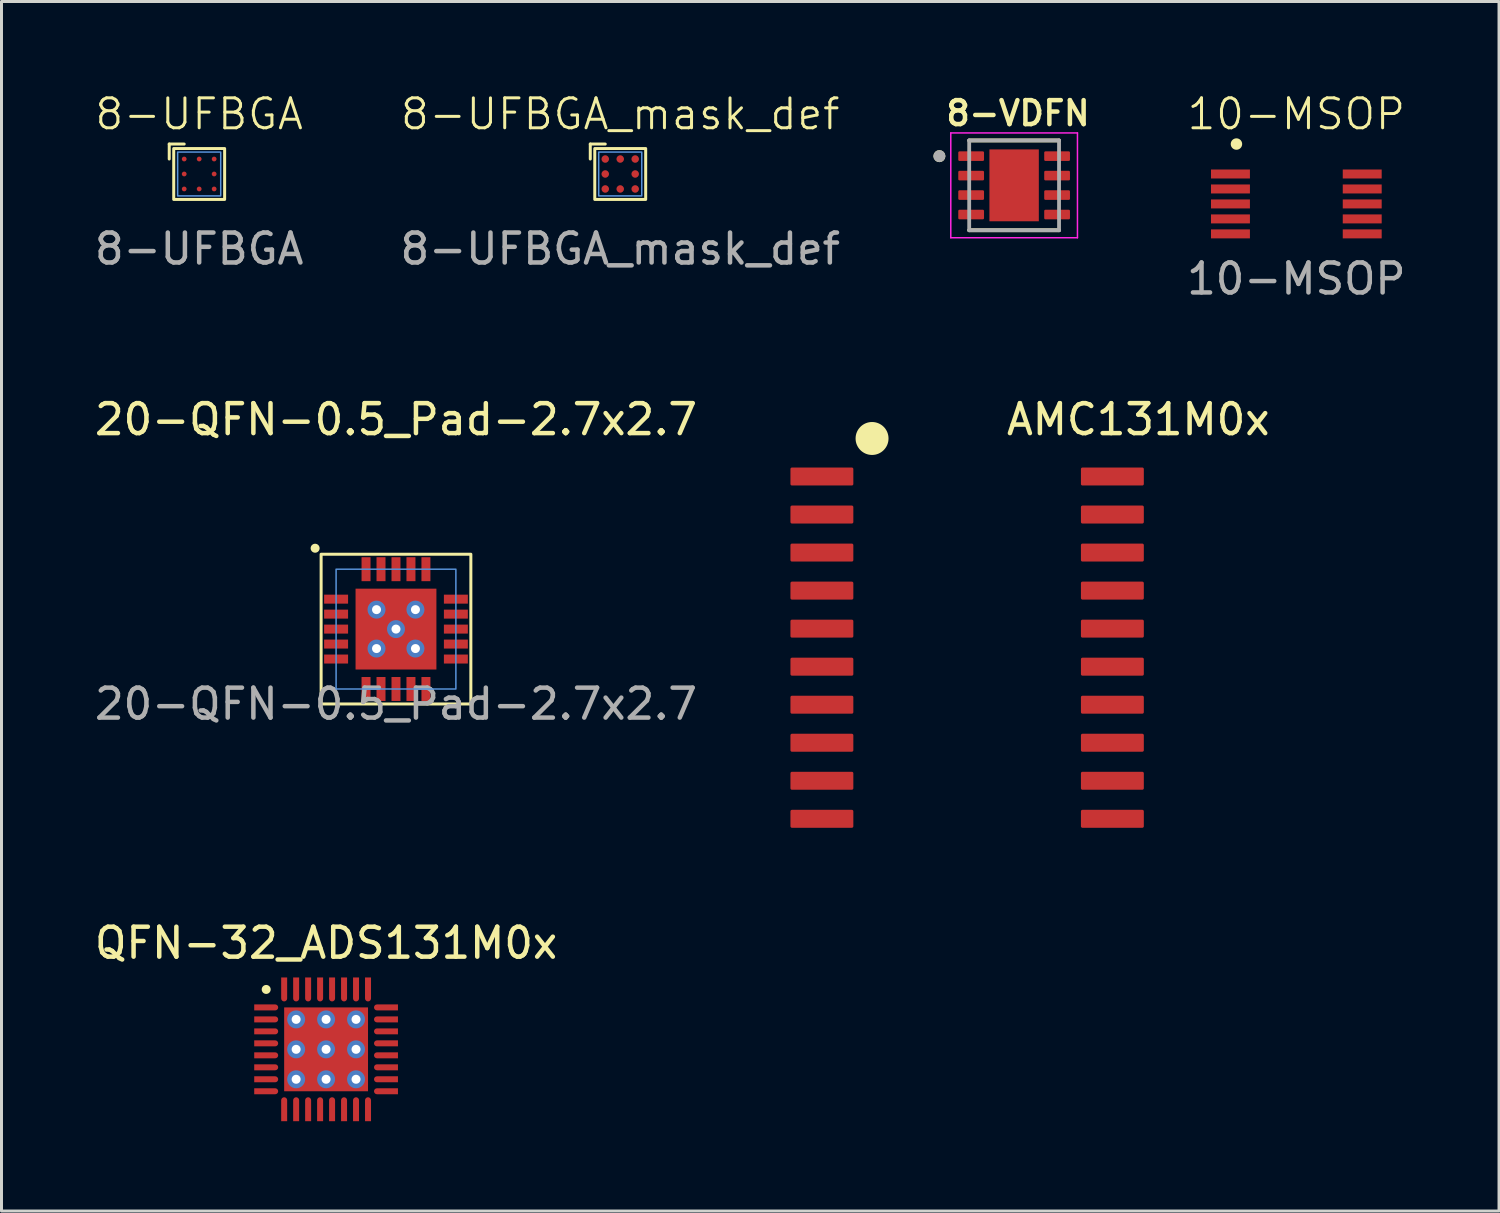
<source format=kicad_pcb>
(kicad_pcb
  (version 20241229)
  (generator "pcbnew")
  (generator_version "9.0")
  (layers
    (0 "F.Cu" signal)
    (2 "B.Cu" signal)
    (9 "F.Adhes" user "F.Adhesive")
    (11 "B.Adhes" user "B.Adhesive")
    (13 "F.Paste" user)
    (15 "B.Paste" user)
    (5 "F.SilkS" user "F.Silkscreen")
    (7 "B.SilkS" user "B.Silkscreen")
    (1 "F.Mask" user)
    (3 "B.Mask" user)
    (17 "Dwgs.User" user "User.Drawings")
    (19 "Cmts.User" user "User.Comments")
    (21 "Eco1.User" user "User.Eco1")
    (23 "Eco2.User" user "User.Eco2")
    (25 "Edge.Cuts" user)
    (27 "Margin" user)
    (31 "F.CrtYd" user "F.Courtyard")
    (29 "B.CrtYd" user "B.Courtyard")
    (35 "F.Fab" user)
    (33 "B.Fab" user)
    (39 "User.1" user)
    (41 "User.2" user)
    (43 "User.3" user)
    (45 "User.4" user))
  (footprint "8-UFBGA"
    (layer "F.Cu")
    (at 3.601 2.76)
    (property "Reference" "8-UFBGA" (at 0 -2 0) (unlocked yes) (layer "F.SilkS") (effects (font (size 1 1) (thickness 0.1))))
    (attr smd)
    (fp_line (start -1 -1) (end -1 -0.5) (stroke (width 0.1) (type default)) (layer "F.SilkS"))
    (fp_line (start -0.5 -1) (end -1 -1) (stroke (width 0.1) (type default)) (layer "F.SilkS"))
    (fp_rect (start -0.85 -0.85) (end 0.85 0.85) (stroke (width 0.1) (type default)) (fill no) (layer "F.SilkS"))
    (fp_rect (start -0.719 -0.732) (end 0.719 0.732) (stroke (width 0.05) (type solid)) (fill no) (layer "Cmts.User"))
    (fp_text user "${REFERENCE}" (at 0 2.5 0) (unlocked yes) (layer "F.Fab") (effects (font (size 1 1) (thickness 0.15))))
    (pad "A1" smd circle (at -0.5 -0.5) (size 0.16 0.16) (layers "F.Cu" "F.Mask" "F.Paste"))
    (pad "A2" smd circle (at 0 -0.5) (size 0.16 0.16) (layers "F.Cu" "F.Mask" "F.Paste"))
    (pad "A3" smd circle (at 0.5 -0.5) (size 0.16 0.16) (layers "F.Cu" "F.Mask" "F.Paste"))
    (pad "B1" smd circle (at -0.5 0) (size 0.16 0.16) (layers "F.Cu" "F.Mask" "F.Paste"))
    (pad "B3" smd circle (at 0.5 0) (size 0.16 0.16) (layers "F.Cu" "F.Mask" "F.Paste"))
    (pad "C1" smd circle (at -0.5 0.5) (size 0.16 0.16) (layers "F.Cu" "F.Mask" "F.Paste"))
    (pad "C2" smd circle (at 0 0.5) (size 0.16 0.16) (layers "F.Cu" "F.Mask" "F.Paste"))
    (pad "C3" smd circle (at 0.5 0.5) (size 0.16 0.16) (layers "F.Cu" "F.Mask" "F.Paste")))
  (footprint "20-QFN-0.5_Pad-2.7x2.7"
    (layer "F.Cu")
    (at 10.173 17.957)
    (property "Reference" "20-QFN-0.5_Pad-2.7x2.7" (at 0 -7 0) (unlocked yes) (layer "F.SilkS") (effects (font (size 1 1) (thickness 0.15))))
    (attr smd)
    (fp_rect (start -2.5 -2.5) (end 2.5 2.5) (stroke (width 0.1) (type default)) (fill no) (layer "F.SilkS"))
    (fp_circle (center -2.7 -2.7) (end -2.6 -2.7) (stroke (width 0.1) (type solid)) (fill yes) (layer "F.SilkS"))
    (fp_rect (start -1.25 0.1) (end -0.15 1.2) (stroke (width 0) (type solid)) (fill yes) (layer "F.Paste"))
    (fp_rect (start -0.15 -0.1) (end -1.25 -1.2) (stroke (width 0) (type solid)) (fill yes) (layer "F.Paste"))
    (fp_rect (start 1.2 1.2) (end 0.1 0.1) (stroke (width 0) (type solid)) (fill yes) (layer "F.Paste"))
    (fp_rect (start 1.25 -0.1) (end 0.15 -1.2) (stroke (width 0) (type solid)) (fill yes) (layer "F.Paste"))
    (fp_rect (start -2 -2) (end 2 2) (stroke (width 0.05) (type default)) (fill no) (layer "Cmts.User"))
    (fp_text user "${REFERENCE}" (at 0 2.5 0) (unlocked yes) (layer "F.Fab") (effects (font (size 1 1) (thickness 0.15))))
    (pad "1" smd rect (at -2 -1) (size 0.8 0.3) (layers "F.Cu" "F.Mask" "F.Paste"))
    (pad "2" smd rect (at -2 -0.5) (size 0.8 0.3) (layers "F.Cu" "F.Mask" "F.Paste"))
    (pad "3" smd rect (at -2 0) (size 0.8 0.3) (layers "F.Cu" "F.Mask" "F.Paste"))
    (pad "4" smd rect (at -2 0.5) (size 0.8 0.3) (layers "F.Cu" "F.Mask" "F.Paste"))
    (pad "5" smd rect (at -2 1) (size 0.8 0.3) (layers "F.Cu" "F.Mask" "F.Paste"))
    (pad "6" smd rect (at -1 2 90) (size 0.8 0.3) (layers "F.Cu" "F.Mask" "F.Paste"))
    (pad "7" smd rect (at -0.5 2 90) (size 0.8 0.3) (layers "F.Cu" "F.Mask" "F.Paste"))
    (pad "8" smd rect (at 0 2 90) (size 0.8 0.3) (layers "F.Cu" "F.Mask" "F.Paste"))
    (pad "9" smd rect (at 0.5 2 90) (size 0.8 0.3) (layers "F.Cu" "F.Mask" "F.Paste"))
    (pad "10" smd rect (at 1 2 90) (size 0.8 0.3) (layers "F.Cu" "F.Mask" "F.Paste"))
    (pad "11" smd rect (at 2 1 180) (size 0.8 0.3) (layers "F.Cu" "F.Mask" "F.Paste"))
    (pad "12" smd rect (at 2 0.5 180) (size 0.8 0.3) (layers "F.Cu" "F.Mask" "F.Paste"))
    (pad "13" smd rect (at 2 0 180) (size 0.8 0.3) (layers "F.Cu" "F.Mask" "F.Paste"))
    (pad "14" smd rect (at 2 -0.5 180) (size 0.8 0.3) (layers "F.Cu" "F.Mask" "F.Paste"))
    (pad "15" smd rect (at 2 -1 180) (size 0.8 0.3) (layers "F.Cu" "F.Mask" "F.Paste"))
    (pad "16" smd rect (at 1 -2 270) (size 0.8 0.3) (layers "F.Cu" "F.Mask" "F.Paste"))
    (pad "17" smd rect (at 0.5 -2 270) (size 0.8 0.3) (layers "F.Cu" "F.Mask" "F.Paste"))
    (pad "18" smd rect (at 0 -2 270) (size 0.8 0.3) (layers "F.Cu" "F.Mask" "F.Paste"))
    (pad "19" smd rect (at -0.5 -2 270) (size 0.8 0.3) (layers "F.Cu" "F.Mask" "F.Paste"))
    (pad "20" smd rect (at -1 -2 270) (size 0.8 0.3) (layers "F.Cu" "F.Mask" "F.Paste"))
    (pad "PAD" thru_hole circle (at -0.65 -0.65) (size 0.6 0.6) (drill 0.3) (layers "*.Cu" "F.Mask"))
    (pad "PAD" thru_hole circle (at -0.65 0.65) (size 0.6 0.6) (drill 0.3) (layers "*.Cu" "F.Mask"))
    (pad "PAD" thru_hole circle (at 0 0) (size 0.6 0.6) (drill 0.3) (layers "*.Cu" "F.Mask"))
    (pad "PAD" smd rect (at 0 0) (size 2.7 2.7) (layers "F.Cu" "F.Mask"))
    (pad "PAD" thru_hole circle (at 0.65 -0.65) (size 0.6 0.6) (drill 0.3) (layers "*.Cu" "F.Mask"))
    (pad "PAD" thru_hole circle (at 0.65 0.65) (size 0.6 0.6) (drill 0.3) (layers "*.Cu" "F.Mask")))
  (footprint "QFN-32_ADS131M0x"
    (layer "F.Cu")
    (at 7.839 31.99)
    (property "Reference" "QFN-32_ADS131M0x" (at 0 -3.55 0) (unlocked yes) (layer "F.SilkS") (effects (font (size 1 1) (thickness 0.15))))
    (attr smd)
    (fp_circle (center -2 -2) (end -1.9 -2) (stroke (width 0.1) (type solid)) (fill yes) (layer "F.SilkS"))
    (fp_rect (start -1.4 -1.4) (end -0.2 -0.2) (stroke (width 0) (type solid)) (fill yes) (layer "F.Paste"))
    (fp_rect (start -1.4 1.4) (end -0.2 0.2) (stroke (width 0) (type solid)) (fill yes) (layer "F.Paste"))
    (fp_rect (start 1.4 -1.4) (end 0.2 -0.2) (stroke (width 0) (type solid)) (fill yes) (layer "F.Paste"))
    (fp_rect (start 1.4 1.4) (end 0.2 0.2) (stroke (width 0) (type solid)) (fill yes) (layer "F.Paste"))
    (pad "1" smd roundrect (at -2 -1.4) (size 0.8 0.2) (layers "F.Cu" "F.Mask" "F.Paste") (roundrect_rratio 0.5) (chamfer_ratio 0) (chamfer top_left bottom_left))
    (pad "2" smd roundrect (at -2 -1) (size 0.8 0.2) (layers "F.Cu" "F.Mask" "F.Paste") (roundrect_rratio 0.5) (chamfer_ratio 0) (chamfer top_left bottom_left))
    (pad "3" smd roundrect (at -2 -0.6) (size 0.8 0.2) (layers "F.Cu" "F.Mask" "F.Paste") (roundrect_rratio 0.5) (chamfer_ratio 0) (chamfer top_left bottom_left))
    (pad "4" smd roundrect (at -2 -0.2) (size 0.8 0.2) (layers "F.Cu" "F.Mask" "F.Paste") (roundrect_rratio 0.5) (chamfer_ratio 0) (chamfer top_left bottom_left))
    (pad "5" smd roundrect (at -2 0.2) (size 0.8 0.2) (layers "F.Cu" "F.Mask" "F.Paste") (roundrect_rratio 0.5) (chamfer_ratio 0) (chamfer top_left bottom_left))
    (pad "6" smd roundrect (at -2 0.6) (size 0.8 0.2) (layers "F.Cu" "F.Mask" "F.Paste") (roundrect_rratio 0.5) (chamfer_ratio 0) (chamfer top_left bottom_left))
    (pad "7" smd roundrect (at -2 1) (size 0.8 0.2) (layers "F.Cu" "F.Mask" "F.Paste") (roundrect_rratio 0.5) (chamfer_ratio 0) (chamfer top_left bottom_left))
    (pad "8" smd roundrect (at -2 1.4) (size 0.8 0.2) (layers "F.Cu" "F.Mask" "F.Paste") (roundrect_rratio 0.5) (chamfer_ratio 0) (chamfer top_left bottom_left))
    (pad "9" smd roundrect (at -1.4 2 90) (size 0.8 0.2) (layers "F.Cu" "F.Mask" "F.Paste") (roundrect_rratio 0.5) (chamfer_ratio 0) (chamfer top_left bottom_left))
    (pad "10" smd roundrect (at -1 2 90) (size 0.8 0.2) (layers "F.Cu" "F.Mask" "F.Paste") (roundrect_rratio 0.5) (chamfer_ratio 0) (chamfer top_left bottom_left))
    (pad "11" smd roundrect (at -0.6 2 90) (size 0.8 0.2) (layers "F.Cu" "F.Mask" "F.Paste") (roundrect_rratio 0.5) (chamfer_ratio 0) (chamfer top_left bottom_left))
    (pad "12" smd roundrect (at -0.2 2 90) (size 0.8 0.2) (layers "F.Cu" "F.Mask" "F.Paste") (roundrect_rratio 0.5) (chamfer_ratio 0) (chamfer top_left bottom_left))
    (pad "13" smd roundrect (at 0.2 2 90) (size 0.8 0.2) (layers "F.Cu" "F.Mask" "F.Paste") (roundrect_rratio 0.5) (chamfer_ratio 0) (chamfer top_left bottom_left))
    (pad "14" smd roundrect (at 0.6 2 90) (size 0.8 0.2) (layers "F.Cu" "F.Mask" "F.Paste") (roundrect_rratio 0.5) (chamfer_ratio 0) (chamfer top_left bottom_left))
    (pad "15" smd roundrect (at 1 2 90) (size 0.8 0.2) (layers "F.Cu" "F.Mask" "F.Paste") (roundrect_rratio 0.5) (chamfer_ratio 0) (chamfer top_left bottom_left))
    (pad "16" smd roundrect (at 1.4 2 90) (size 0.8 0.2) (layers "F.Cu" "F.Mask" "F.Paste") (roundrect_rratio 0.5) (chamfer_ratio 0) (chamfer top_left bottom_left))
    (pad "17" smd roundrect (at 2 1.4 180) (size 0.8 0.2) (layers "F.Cu" "F.Mask" "F.Paste") (roundrect_rratio 0.5) (chamfer_ratio 0) (chamfer top_left bottom_left))
    (pad "18" smd roundrect (at 2 1 180) (size 0.8 0.2) (layers "F.Cu" "F.Mask" "F.Paste") (roundrect_rratio 0.5) (chamfer_ratio 0) (chamfer top_left bottom_left))
    (pad "19" smd roundrect (at 2 0.6 180) (size 0.8 0.2) (layers "F.Cu" "F.Mask" "F.Paste") (roundrect_rratio 0.5) (chamfer_ratio 0) (chamfer top_left bottom_left))
    (pad "20" smd roundrect (at 2 0.2 180) (size 0.8 0.2) (layers "F.Cu" "F.Mask" "F.Paste") (roundrect_rratio 0.5) (chamfer_ratio 0) (chamfer top_left bottom_left))
    (pad "21" smd roundrect (at 2 -0.2 180) (size 0.8 0.2) (layers "F.Cu" "F.Mask" "F.Paste") (roundrect_rratio 0.5) (chamfer_ratio 0) (chamfer top_left bottom_left))
    (pad "22" smd roundrect (at 2 -0.6 180) (size 0.8 0.2) (layers "F.Cu" "F.Mask" "F.Paste") (roundrect_rratio 0.5) (chamfer_ratio 0) (chamfer top_left bottom_left))
    (pad "23" smd roundrect (at 2 -1 180) (size 0.8 0.2) (layers "F.Cu" "F.Mask" "F.Paste") (roundrect_rratio 0.5) (chamfer_ratio 0) (chamfer top_left bottom_left))
    (pad "24" smd roundrect (at 2 -1.4 180) (size 0.8 0.2) (layers "F.Cu" "F.Mask" "F.Paste") (roundrect_rratio 0.5) (chamfer_ratio 0) (chamfer top_left bottom_left))
    (pad "25" smd roundrect (at 1.4 -2 270) (size 0.8 0.2) (layers "F.Cu" "F.Mask" "F.Paste") (roundrect_rratio 0.5) (chamfer_ratio 0) (chamfer top_left bottom_left))
    (pad "26" smd roundrect (at 1 -2 270) (size 0.8 0.2) (layers "F.Cu" "F.Mask" "F.Paste") (roundrect_rratio 0.5) (chamfer_ratio 0) (chamfer top_left bottom_left))
    (pad "27" smd roundrect (at 0.6 -2 270) (size 0.8 0.2) (layers "F.Cu" "F.Mask" "F.Paste") (roundrect_rratio 0.5) (chamfer_ratio 0) (chamfer top_left bottom_left))
    (pad "28" smd roundrect (at 0.2 -2 270) (size 0.8 0.2) (layers "F.Cu" "F.Mask" "F.Paste") (roundrect_rratio 0.5) (chamfer_ratio 0) (chamfer top_left bottom_left))
    (pad "29" smd roundrect (at -0.2 -2 270) (size 0.8 0.2) (layers "F.Cu" "F.Mask" "F.Paste") (roundrect_rratio 0.5) (chamfer_ratio 0) (chamfer top_left bottom_left))
    (pad "30" smd roundrect (at -0.6 -2 270) (size 0.8 0.2) (layers "F.Cu" "F.Mask" "F.Paste") (roundrect_rratio 0.5) (chamfer_ratio 0) (chamfer top_left bottom_left))
    (pad "31" smd roundrect (at -1 -2 270) (size 0.8 0.2) (layers "F.Cu" "F.Mask" "F.Paste") (roundrect_rratio 0.5) (chamfer_ratio 0) (chamfer top_left bottom_left))
    (pad "32" smd roundrect (at -1.4 -2 270) (size 0.8 0.2) (layers "F.Cu" "F.Mask" "F.Paste") (roundrect_rratio 0.5) (chamfer_ratio 0) (chamfer top_left bottom_left))
    (pad "PAD" thru_hole circle (at -1 -1) (size 0.6 0.6) (drill 0.3) (layers "*.Cu" "F.Mask"))
    (pad "PAD" thru_hole circle (at -1 0) (size 0.6 0.6) (drill 0.3) (layers "*.Cu" "F.Mask"))
    (pad "PAD" thru_hole circle (at -1 1) (size 0.6 0.6) (drill 0.3) (layers "*.Cu" "F.Mask"))
    (pad "PAD" thru_hole circle (at 0 -1) (size 0.6 0.6) (drill 0.3) (layers "*.Cu" "F.Mask"))
    (pad "PAD" thru_hole circle (at 0 0) (size 0.6 0.6) (drill 0.3) (layers "*.Cu" "F.Mask"))
    (pad "PAD" smd rect (at 0 0) (size 2.8 2.8) (layers "F.Cu" "F.Mask"))
    (pad "PAD" thru_hole circle (at 0 1) (size 0.6 0.6) (drill 0.3) (layers "*.Cu" "F.Mask"))
    (pad "PAD" thru_hole circle (at 1 -1) (size 0.6 0.6) (drill 0.3) (layers "*.Cu" "F.Mask"))
    (pad "PAD" thru_hole circle (at 1 0) (size 0.6 0.6) (drill 0.3) (layers "*.Cu" "F.Mask"))
    (pad "PAD" thru_hole circle (at 1 1) (size 0.6 0.6) (drill 0.3) (layers "*.Cu" "F.Mask")))
  (footprint "AMC131M0x"
    (layer "F.Cu")
    (at 29.245 18.577)
    (property "Reference" "AMC131M0x" (at 5.715 -7.62 0) (unlocked yes) (layer "F.SilkS") (effects (font (size 1 1) (thickness 0.15))))
    (attr smd)
    (fp_circle (center -3.175 -6.985) (end -2.675 -6.985) (stroke (width 0.1) (type solid)) (fill yes) (layer "F.SilkS"))
    (pad "1" smd roundrect (at -4.85 -5.715) (size 2.1 0.6) (layers "F.Cu" "F.Mask" "F.Paste") (roundrect_rratio 0.083))
    (pad "2" smd roundrect (at -4.85 -4.445) (size 2.1 0.6) (layers "F.Cu" "F.Mask" "F.Paste") (roundrect_rratio 0.083))
    (pad "3" smd roundrect (at -4.85 -3.175) (size 2.1 0.6) (layers "F.Cu" "F.Mask" "F.Paste") (roundrect_rratio 0.083))
    (pad "4" smd roundrect (at -4.85 -1.905) (size 2.1 0.6) (layers "F.Cu" "F.Mask" "F.Paste") (roundrect_rratio 0.083))
    (pad "5" smd roundrect (at -4.85 -0.635) (size 2.1 0.6) (layers "F.Cu" "F.Mask" "F.Paste") (roundrect_rratio 0.083))
    (pad "6" smd roundrect (at -4.85 0.635) (size 2.1 0.6) (layers "F.Cu" "F.Mask" "F.Paste") (roundrect_rratio 0.083))
    (pad "7" smd roundrect (at -4.85 1.905) (size 2.1 0.6) (layers "F.Cu" "F.Mask" "F.Paste") (roundrect_rratio 0.083))
    (pad "8" smd roundrect (at -4.85 3.175) (size 2.1 0.6) (layers "F.Cu" "F.Mask" "F.Paste") (roundrect_rratio 0.083))
    (pad "9" smd roundrect (at -4.85 4.445) (size 2.1 0.6) (layers "F.Cu" "F.Mask" "F.Paste") (roundrect_rratio 0.083))
    (pad "10" smd roundrect (at -4.85 5.715) (size 2.1 0.6) (layers "F.Cu" "F.Mask" "F.Paste") (roundrect_rratio 0.083))
    (pad "11" smd roundrect (at 4.85 5.715) (size 2.1 0.6) (layers "F.Cu" "F.Mask" "F.Paste") (roundrect_rratio 0.083))
    (pad "12" smd roundrect (at 4.85 4.445) (size 2.1 0.6) (layers "F.Cu" "F.Mask" "F.Paste") (roundrect_rratio 0.083))
    (pad "13" smd roundrect (at 4.85 3.175) (size 2.1 0.6) (layers "F.Cu" "F.Mask" "F.Paste") (roundrect_rratio 0.083))
    (pad "14" smd roundrect (at 4.85 1.905) (size 2.1 0.6) (layers "F.Cu" "F.Mask" "F.Paste") (roundrect_rratio 0.083))
    (pad "15" smd roundrect (at 4.85 0.635) (size 2.1 0.6) (layers "F.Cu" "F.Mask" "F.Paste") (roundrect_rratio 0.083))
    (pad "16" smd roundrect (at 4.85 -0.635) (size 2.1 0.6) (layers "F.Cu" "F.Mask" "F.Paste") (roundrect_rratio 0.083))
    (pad "17" smd roundrect (at 4.85 -1.905) (size 2.1 0.6) (layers "F.Cu" "F.Mask" "F.Paste") (roundrect_rratio 0.083))
    (pad "18" smd roundrect (at 4.85 -3.175) (size 2.1 0.6) (layers "F.Cu" "F.Mask" "F.Paste") (roundrect_rratio 0.083))
    (pad "19" smd roundrect (at 4.85 -4.445) (size 2.1 0.6) (layers "F.Cu" "F.Mask" "F.Paste") (roundrect_rratio 0.083))
    (pad "20" smd roundrect (at 4.85 -5.715) (size 2.1 0.6) (layers "F.Cu" "F.Mask" "F.Paste") (roundrect_rratio 0.083)))
  (footprint "8-UFBGA_mask_def"
    (layer "F.Cu")
    (at 17.661 2.76)
    (property "Reference" "8-UFBGA_mask_def" (at 0 -2 0) (unlocked yes) (layer "F.SilkS") (effects (font (size 1 1) (thickness 0.1))))
    (attr smd)
    (fp_line (start -1 -1) (end -1 -0.5) (stroke (width 0.1) (type default)) (layer "F.SilkS"))
    (fp_line (start -0.5 -1) (end -1 -1) (stroke (width 0.1) (type default)) (layer "F.SilkS"))
    (fp_rect (start -0.85 -0.85) (end 0.85 0.85) (stroke (width 0.1) (type default)) (fill no) (layer "F.SilkS"))
    (fp_rect (start -0.719 -0.732) (end 0.719 0.732) (stroke (width 0.05) (type solid)) (fill no) (layer "Cmts.User"))
    (fp_text user "${REFERENCE}" (at 0 2.5 0) (unlocked yes) (layer "F.Fab") (effects (font (size 1 1) (thickness 0.15))))
    (pad "A1" smd circle (at -0.5 -0.5) (size 0.25 0.25) (layers "F.Cu" "F.Mask" "F.Paste"))
    (pad "A2" smd circle (at 0 -0.5) (size 0.25 0.25) (layers "F.Cu" "F.Mask" "F.Paste"))
    (pad "A3" smd circle (at 0.5 -0.5) (size 0.25 0.25) (layers "F.Cu" "F.Mask" "F.Paste"))
    (pad "B1" smd circle (at -0.5 0) (size 0.25 0.25) (layers "F.Cu" "F.Mask" "F.Paste"))
    (pad "B3" smd circle (at 0.5 0) (size 0.25 0.25) (layers "F.Cu" "F.Mask" "F.Paste"))
    (pad "C1" smd circle (at -0.5 0.5) (size 0.25 0.25) (layers "F.Cu" "F.Mask" "F.Paste"))
    (pad "C2" smd circle (at 0 0.5) (size 0.25 0.25) (layers "F.Cu" "F.Mask" "F.Paste"))
    (pad "C3" smd circle (at 0.5 0.5) (size 0.25 0.25) (layers "F.Cu" "F.Mask" "F.Paste")))
  (footprint "10-MSOP"
    (layer "F.Cu")
    (at 40.238 3.76)
    (property "Reference" "10-MSOP" (at 0 -3 0) (unlocked yes) (layer "F.SilkS") (effects (font (size 1 1) (thickness 0.1))))
    (attr smd)
    (fp_circle (center -2 -2) (end -1.859 -2) (stroke (width 0.1) (type solid)) (fill yes) (layer "F.SilkS"))
    (fp_text user "${REFERENCE}" (at 0 2.5 0) (unlocked yes) (layer "F.Fab") (effects (font (size 1 1) (thickness 0.15))))
    (pad "1" smd rect (at -2.2 -1) (size 1.3 0.3) (layers "F.Cu" "F.Mask" "F.Paste"))
    (pad "2" smd rect (at -2.2 -0.5) (size 1.3 0.3) (layers "F.Cu" "F.Mask" "F.Paste"))
    (pad "3" smd rect (at -2.2 0) (size 1.3 0.3) (layers "F.Cu" "F.Mask" "F.Paste"))
    (pad "4" smd rect (at -2.2 0.5) (size 1.3 0.3) (layers "F.Cu" "F.Mask" "F.Paste"))
    (pad "5" smd rect (at -2.2 1) (size 1.3 0.3) (layers "F.Cu" "F.Mask" "F.Paste"))
    (pad "6" smd rect (at 2.2 1) (size 1.3 0.3) (layers "F.Cu" "F.Mask" "F.Paste"))
    (pad "7" smd rect (at 2.2 0.5) (size 1.3 0.3) (layers "F.Cu" "F.Mask" "F.Paste"))
    (pad "8" smd rect (at 2.2 0) (size 1.3 0.3) (layers "F.Cu" "F.Mask" "F.Paste"))
    (pad "9" smd rect (at 2.2 -0.5) (size 1.3 0.3) (layers "F.Cu" "F.Mask" "F.Paste"))
    (pad "10" smd rect (at 2.2 -1) (size 1.3 0.3) (layers "F.Cu" "F.Mask" "F.Paste")))
  (footprint "8-VDFN"
    (layer "F.Cu")
    (at 30.814 3.139)
    (property "Reference" "8-VDFN" (at 0.13 -2.408 0) (layer "F.SilkS") (effects (font (size 0.8 0.8) (thickness 0.15))))
    (attr smd)
    (fp_line (start -1.5 -1.5) (end 1.5 -1.5) (stroke (width 0.127) (type solid)) (layer "F.SilkS"))
    (fp_line (start -1.5 1.5) (end 1.5 1.5) (stroke (width 0.127) (type solid)) (layer "F.SilkS"))
    (fp_circle (center -2.495 -0.975) (end -2.395 -0.975) (stroke (width 0.2) (type solid)) (fill no) (layer "F.SilkS"))
    (fp_poly (pts (xy -0.52 -0.76) (xy 0.52 -0.76) (xy 0.52 0.76) (xy -0.52 0.76)) (stroke (width 0.01) (type solid)) (fill yes) (layer "F.Paste"))
    (fp_line (start -2.115 -1.75) (end -2.115 1.75) (stroke (width 0.05) (type solid)) (layer "F.CrtYd"))
    (fp_line (start -2.115 -1.75) (end 2.115 -1.75) (stroke (width 0.05) (type solid)) (layer "F.CrtYd"))
    (fp_line (start -2.115 1.75) (end 2.115 1.75) (stroke (width 0.05) (type solid)) (layer "F.CrtYd"))
    (fp_line (start 2.115 -1.75) (end 2.115 1.75) (stroke (width 0.05) (type solid)) (layer "F.CrtYd"))
    (fp_line (start -1.5 -1.5) (end -1.5 1.5) (stroke (width 0.127) (type solid)) (layer "F.Fab"))
    (fp_line (start -1.5 -1.5) (end 1.5 -1.5) (stroke (width 0.127) (type solid)) (layer "F.Fab"))
    (fp_line (start -1.5 1.5) (end 1.5 1.5) (stroke (width 0.127) (type solid)) (layer "F.Fab"))
    (fp_line (start 1.5 -1.5) (end 1.5 1.5) (stroke (width 0.127) (type solid)) (layer "F.Fab"))
    (fp_circle (center -2.495 -0.975) (end -2.395 -0.975) (stroke (width 0.2) (type solid)) (fill no) (layer "F.Fab"))
    (pad "1" smd roundrect (at -1.435 -0.975) (size 0.86 0.32) (layers "F.Cu" "F.Mask" "F.Paste") (roundrect_rratio 0.125))
    (pad "2" smd roundrect (at -1.435 -0.325) (size 0.86 0.32) (layers "F.Cu" "F.Mask" "F.Paste") (roundrect_rratio 0.125))
    (pad "3" smd roundrect (at -1.435 0.325) (size 0.86 0.32) (layers "F.Cu" "F.Mask" "F.Paste") (roundrect_rratio 0.125))
    (pad "4" smd roundrect (at -1.435 0.975) (size 0.86 0.32) (layers "F.Cu" "F.Mask" "F.Paste") (roundrect_rratio 0.125))
    (pad "5" smd roundrect (at 1.435 0.975) (size 0.86 0.32) (layers "F.Cu" "F.Mask" "F.Paste") (roundrect_rratio 0.125))
    (pad "6" smd roundrect (at 1.435 0.325) (size 0.86 0.32) (layers "F.Cu" "F.Mask" "F.Paste") (roundrect_rratio 0.125))
    (pad "7" smd roundrect (at 1.435 -0.325) (size 0.86 0.32) (layers "F.Cu" "F.Mask" "F.Paste") (roundrect_rratio 0.125))
    (pad "8" smd roundrect (at 1.435 -0.975) (size 0.86 0.32) (layers "F.Cu" "F.Mask" "F.Paste") (roundrect_rratio 0.125))
    (pad "9" smd rect (at 0 0) (size 1.65 2.4) (layers "F.Cu" "F.Mask")))
  (gr_rect
    (start -3 -3)
    (end 47.006 37.39)
    (stroke (width 0.1) (type default))
    (fill no)
    (layer "Edge.Cuts")))
</source>
